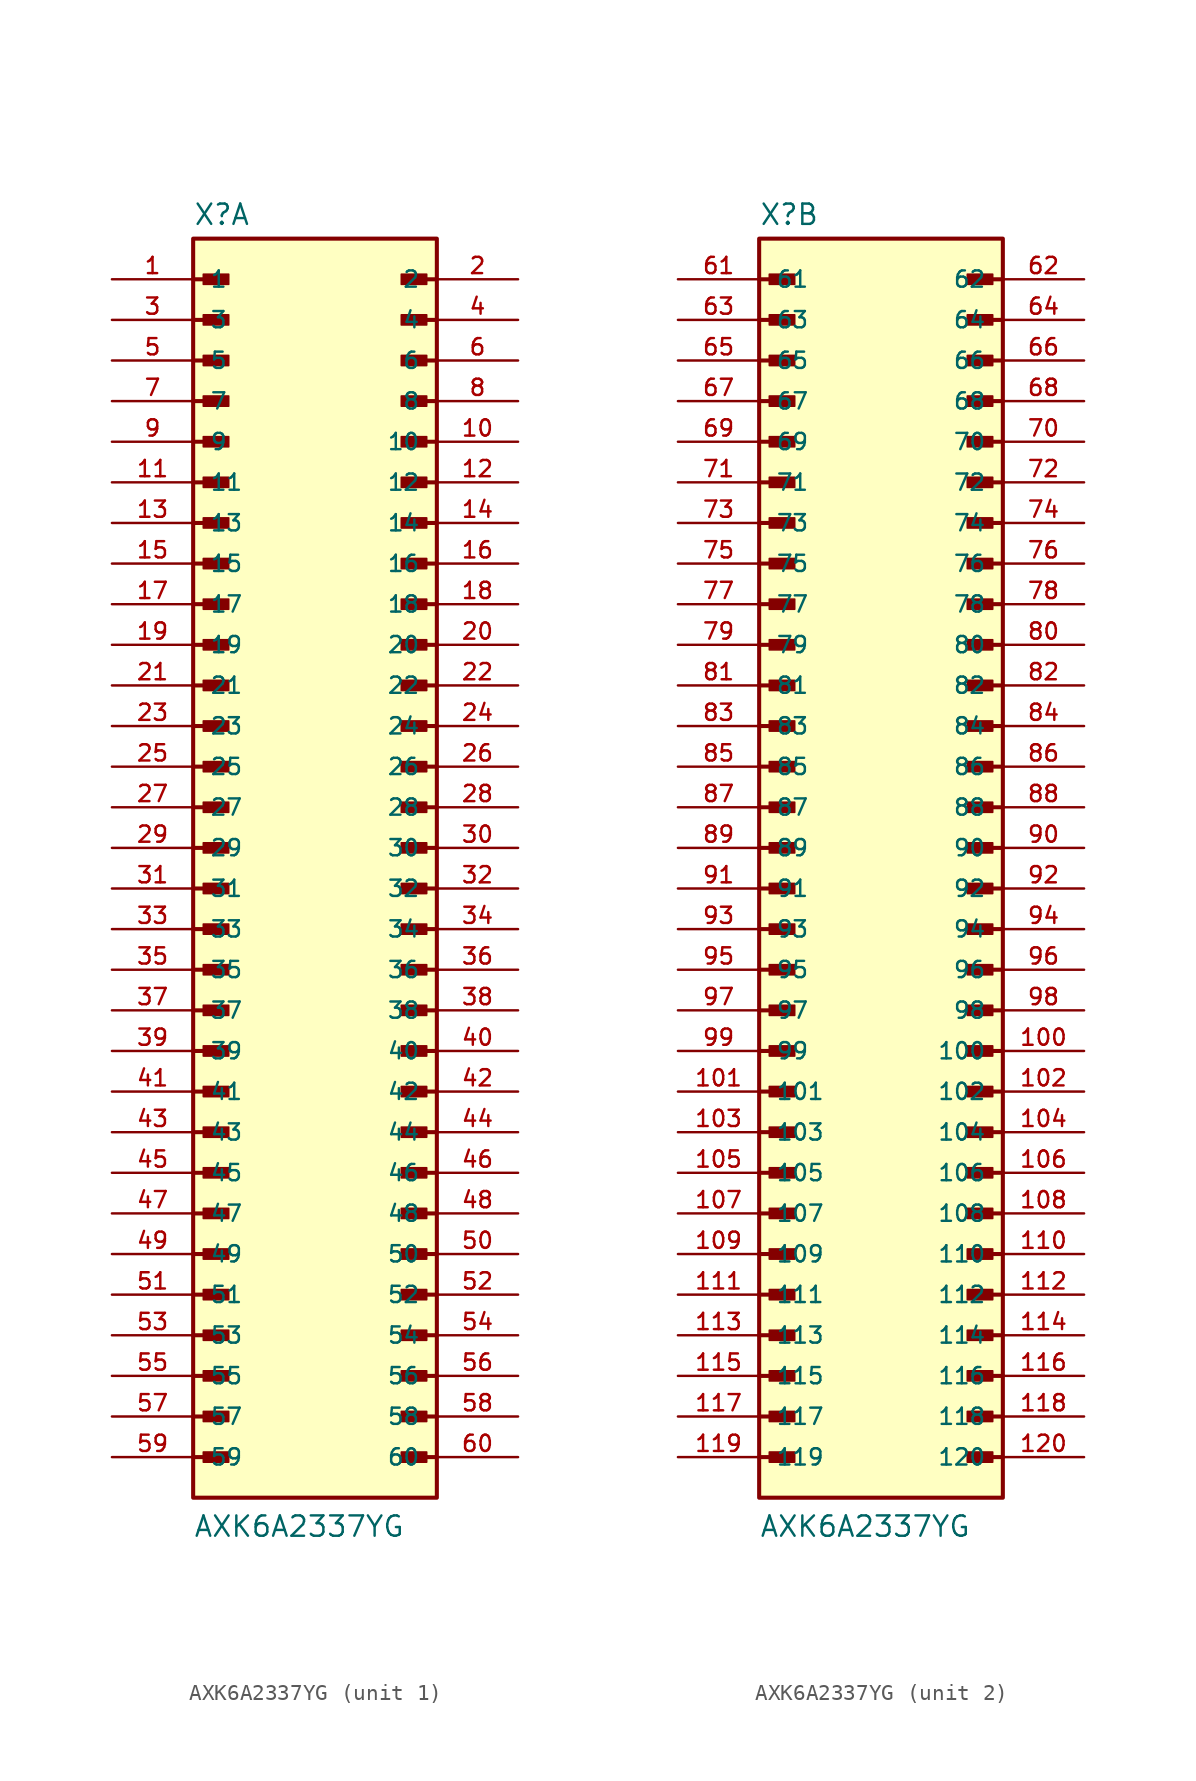
<source format=kicad_sym>
(kicad_symbol_lib
  (version 20241209)
  (generator "kicad_symbol_editor")
  (generator_version "9.0")
  (symbol "AXK6A2337YG"
    (pin_names
      (offset 1.016))
    (property "Reference" "X"
      (at -7.62 38.862 0)
      (effects (font (size 1.27 1.27)) (justify left bottom)))
    (property "Value" "AXK6A2337YG"
      (at -7.62 -43.18 0)
      (effects (font (size 1.27 1.27)) (justify left bottom)))
    (symbol "AXK6A2337YG_1_0"
      (polyline (pts (xy -7.62 35.56) (xy -5.715 35.56)) (stroke (width 0.254) (type default)) (fill (type none)))
      (polyline (pts (xy -7.62 33.02) (xy -5.715 33.02)) (stroke (width 0.254) (type default)) (fill (type none)))
      (polyline (pts (xy -7.62 30.48) (xy -5.715 30.48)) (stroke (width 0.254) (type default)) (fill (type none)))
      (polyline (pts (xy -7.62 27.94) (xy -5.715 27.94)) (stroke (width 0.254) (type default)) (fill (type none)))
      (polyline (pts (xy -7.62 25.4) (xy -5.715 25.4)) (stroke (width 0.254) (type default)) (fill (type none)))
      (polyline (pts (xy -7.62 22.86) (xy -5.715 22.86)) (stroke (width 0.254) (type default)) (fill (type none)))
      (polyline (pts (xy -7.62 20.32) (xy -5.715 20.32)) (stroke (width 0.254) (type default)) (fill (type none)))
      (polyline (pts (xy -7.62 17.78) (xy -5.715 17.78)) (stroke (width 0.254) (type default)) (fill (type none)))
      (polyline (pts (xy -7.62 15.24) (xy -5.715 15.24)) (stroke (width 0.254) (type default)) (fill (type none)))
      (polyline (pts (xy -7.62 12.7) (xy -5.715 12.7)) (stroke (width 0.254) (type default)) (fill (type none)))
      (polyline (pts (xy -7.62 10.16) (xy -5.715 10.16)) (stroke (width 0.254) (type default)) (fill (type none)))
      (polyline (pts (xy -7.62 7.62) (xy -5.715 7.62)) (stroke (width 0.254) (type default)) (fill (type none)))
      (polyline (pts (xy -7.62 5.08) (xy -5.715 5.08)) (stroke (width 0.254) (type default)) (fill (type none)))
      (polyline (pts (xy -7.62 2.54) (xy -5.715 2.54)) (stroke (width 0.254) (type default)) (fill (type none)))
      (polyline (pts (xy -7.62 0) (xy -5.715 0)) (stroke (width 0.254) (type default)) (fill (type none)))
      (polyline (pts (xy -7.62 -2.54) (xy -5.715 -2.54)) (stroke (width 0.254) (type default)) (fill (type none)))
      (polyline (pts (xy -7.62 -5.08) (xy -5.715 -5.08)) (stroke (width 0.254) (type default)) (fill (type none)))
      (polyline (pts (xy -7.62 -7.62) (xy -5.715 -7.62)) (stroke (width 0.254) (type default)) (fill (type none)))
      (polyline (pts (xy -7.62 -10.16) (xy -5.715 -10.16)) (stroke (width 0.254) (type default)) (fill (type none)))
      (polyline (pts (xy -7.62 -12.7) (xy -5.715 -12.7)) (stroke (width 0.254) (type default)) (fill (type none)))
      (polyline (pts (xy -7.62 -15.24) (xy -5.715 -15.24)) (stroke (width 0.254) (type default)) (fill (type none)))
      (polyline (pts (xy -7.62 -17.78) (xy -5.715 -17.78)) (stroke (width 0.254) (type default)) (fill (type none)))
      (polyline (pts (xy -7.62 -20.32) (xy -5.715 -20.32)) (stroke (width 0.254) (type default)) (fill (type none)))
      (polyline (pts (xy -7.62 -22.86) (xy -5.715 -22.86)) (stroke (width 0.254) (type default)) (fill (type none)))
      (polyline (pts (xy -7.62 -25.4) (xy -5.715 -25.4)) (stroke (width 0.254) (type default)) (fill (type none)))
      (polyline (pts (xy -7.62 -27.94) (xy -5.715 -27.94)) (stroke (width 0.254) (type default)) (fill (type none)))
      (polyline (pts (xy -7.62 -30.48) (xy -5.715 -30.48)) (stroke (width 0.254) (type default)) (fill (type none)))
      (polyline (pts (xy -7.62 -33.02) (xy -5.715 -33.02)) (stroke (width 0.254) (type default)) (fill (type none)))
      (polyline (pts (xy -7.62 -35.56) (xy -5.715 -35.56)) (stroke (width 0.254) (type default)) (fill (type none)))
      (polyline (pts (xy -7.62 -38.1) (xy -5.715 -38.1)) (stroke (width 0.254) (type default)) (fill (type none)))
      (rectangle (start -7.62 -40.64) (end 7.62 38.1) (stroke (width 0.254) (type default)) (fill (type background)))
      (rectangle (start -6.985 35.242) (end -5.397 35.877) (stroke (width 0.1) (type default)) (fill (type outline)))
      (rectangle (start -6.985 32.703) (end -5.397 33.337) (stroke (width 0.1) (type default)) (fill (type outline)))
      (rectangle (start -6.985 30.163) (end -5.397 30.797) (stroke (width 0.1) (type default)) (fill (type outline)))
      (rectangle (start -6.985 27.622) (end -5.397 28.258) (stroke (width 0.1) (type default)) (fill (type outline)))
      (rectangle (start -6.985 25.082) (end -5.397 25.718) (stroke (width 0.1) (type default)) (fill (type outline)))
      (rectangle (start -6.985 22.543) (end -5.397 23.177) (stroke (width 0.1) (type default)) (fill (type outline)))
      (rectangle (start -6.985 20.003) (end -5.397 20.637) (stroke (width 0.1) (type default)) (fill (type outline)))
      (rectangle (start -6.985 17.462) (end -5.397 18.098) (stroke (width 0.1) (type default)) (fill (type outline)))
      (rectangle (start -6.985 14.922) (end -5.397 15.557) (stroke (width 0.1) (type default)) (fill (type outline)))
      (rectangle (start -6.985 12.383) (end -5.397 13.018) (stroke (width 0.1) (type default)) (fill (type outline)))
      (rectangle (start -6.985 9.842) (end -5.397 10.477) (stroke (width 0.1) (type default)) (fill (type outline)))
      (rectangle (start -6.985 7.303) (end -5.397 7.938) (stroke (width 0.1) (type default)) (fill (type outline)))
      (rectangle (start -6.985 4.763) (end -5.397 5.397) (stroke (width 0.1) (type default)) (fill (type outline)))
      (rectangle (start -6.985 2.223) (end -5.397 2.857) (stroke (width 0.1) (type default)) (fill (type outline)))
      (rectangle (start -6.985 -0.318) (end -5.397 0.318) (stroke (width 0.1) (type default)) (fill (type outline)))
      (rectangle (start -6.985 -2.857) (end -5.397 -2.223) (stroke (width 0.1) (type default)) (fill (type outline)))
      (rectangle (start -6.985 -5.397) (end -5.397 -4.763) (stroke (width 0.1) (type default)) (fill (type outline)))
      (rectangle (start -6.985 -7.938) (end -5.397 -7.303) (stroke (width 0.1) (type default)) (fill (type outline)))
      (rectangle (start -6.985 -10.477) (end -5.397 -9.842) (stroke (width 0.1) (type default)) (fill (type outline)))
      (rectangle (start -6.985 -13.018) (end -5.397 -12.383) (stroke (width 0.1) (type default)) (fill (type outline)))
      (rectangle (start -6.985 -15.557) (end -5.397 -14.922) (stroke (width 0.1) (type default)) (fill (type outline)))
      (rectangle (start -6.985 -18.098) (end -5.397 -17.462) (stroke (width 0.1) (type default)) (fill (type outline)))
      (rectangle (start -6.985 -20.637) (end -5.397 -20.003) (stroke (width 0.1) (type default)) (fill (type outline)))
      (rectangle (start -6.985 -23.177) (end -5.397 -22.543) (stroke (width 0.1) (type default)) (fill (type outline)))
      (rectangle (start -6.985 -25.718) (end -5.397 -25.082) (stroke (width 0.1) (type default)) (fill (type outline)))
      (rectangle (start -6.985 -28.258) (end -5.397 -27.622) (stroke (width 0.1) (type default)) (fill (type outline)))
      (rectangle (start -6.985 -30.797) (end -5.397 -30.163) (stroke (width 0.1) (type default)) (fill (type outline)))
      (rectangle (start -6.985 -33.337) (end -5.397 -32.703) (stroke (width 0.1) (type default)) (fill (type outline)))
      (rectangle (start -6.985 -35.877) (end -5.397 -35.242) (stroke (width 0.1) (type default)) (fill (type outline)))
      (rectangle (start -6.985 -38.417) (end -5.397 -37.782) (stroke (width 0.1) (type default)) (fill (type outline)))
      (rectangle (start 5.397 35.242) (end 6.985 35.877) (stroke (width 0.1) (type default)) (fill (type outline)))
      (rectangle (start 5.397 32.703) (end 6.985 33.337) (stroke (width 0.1) (type default)) (fill (type outline)))
      (rectangle (start 5.397 30.163) (end 6.985 30.797) (stroke (width 0.1) (type default)) (fill (type outline)))
      (rectangle (start 5.397 27.622) (end 6.985 28.258) (stroke (width 0.1) (type default)) (fill (type outline)))
      (rectangle (start 5.397 25.082) (end 6.985 25.718) (stroke (width 0.1) (type default)) (fill (type outline)))
      (rectangle (start 5.397 22.543) (end 6.985 23.177) (stroke (width 0.1) (type default)) (fill (type outline)))
      (rectangle (start 5.397 20.003) (end 6.985 20.637) (stroke (width 0.1) (type default)) (fill (type outline)))
      (rectangle (start 5.397 17.462) (end 6.985 18.098) (stroke (width 0.1) (type default)) (fill (type outline)))
      (rectangle (start 5.397 14.922) (end 6.985 15.557) (stroke (width 0.1) (type default)) (fill (type outline)))
      (rectangle (start 5.397 12.383) (end 6.985 13.018) (stroke (width 0.1) (type default)) (fill (type outline)))
      (rectangle (start 5.397 9.842) (end 6.985 10.477) (stroke (width 0.1) (type default)) (fill (type outline)))
      (rectangle (start 5.397 7.303) (end 6.985 7.938) (stroke (width 0.1) (type default)) (fill (type outline)))
      (rectangle (start 5.397 4.763) (end 6.985 5.397) (stroke (width 0.1) (type default)) (fill (type outline)))
      (rectangle (start 5.397 2.223) (end 6.985 2.857) (stroke (width 0.1) (type default)) (fill (type outline)))
      (rectangle (start 5.397 -0.318) (end 6.985 0.318) (stroke (width 0.1) (type default)) (fill (type outline)))
      (rectangle (start 5.397 -2.857) (end 6.985 -2.223) (stroke (width 0.1) (type default)) (fill (type outline)))
      (rectangle (start 5.397 -5.397) (end 6.985 -4.763) (stroke (width 0.1) (type default)) (fill (type outline)))
      (rectangle (start 5.397 -7.938) (end 6.985 -7.303) (stroke (width 0.1) (type default)) (fill (type outline)))
      (rectangle (start 5.397 -10.477) (end 6.985 -9.842) (stroke (width 0.1) (type default)) (fill (type outline)))
      (rectangle (start 5.397 -13.018) (end 6.985 -12.383) (stroke (width 0.1) (type default)) (fill (type outline)))
      (rectangle (start 5.397 -15.557) (end 6.985 -14.922) (stroke (width 0.1) (type default)) (fill (type outline)))
      (rectangle (start 5.397 -18.098) (end 6.985 -17.462) (stroke (width 0.1) (type default)) (fill (type outline)))
      (rectangle (start 5.397 -20.637) (end 6.985 -20.003) (stroke (width 0.1) (type default)) (fill (type outline)))
      (rectangle (start 5.397 -23.177) (end 6.985 -22.543) (stroke (width 0.1) (type default)) (fill (type outline)))
      (rectangle (start 5.397 -25.718) (end 6.985 -25.082) (stroke (width 0.1) (type default)) (fill (type outline)))
      (rectangle (start 5.397 -28.258) (end 6.985 -27.622) (stroke (width 0.1) (type default)) (fill (type outline)))
      (rectangle (start 5.397 -30.797) (end 6.985 -30.163) (stroke (width 0.1) (type default)) (fill (type outline)))
      (rectangle (start 5.397 -33.337) (end 6.985 -32.703) (stroke (width 0.1) (type default)) (fill (type outline)))
      (rectangle (start 5.397 -35.877) (end 6.985 -35.242) (stroke (width 0.1) (type default)) (fill (type outline)))
      (rectangle (start 5.397 -38.417) (end 6.985 -37.782) (stroke (width 0.1) (type default)) (fill (type outline)))
      (polyline (pts (xy 7.62 35.56) (xy 5.715 35.56)) (stroke (width 0.254) (type default)) (fill (type none)))
      (polyline (pts (xy 7.62 33.02) (xy 5.715 33.02)) (stroke (width 0.254) (type default)) (fill (type none)))
      (polyline (pts (xy 7.62 30.48) (xy 5.715 30.48)) (stroke (width 0.254) (type default)) (fill (type none)))
      (polyline (pts (xy 7.62 27.94) (xy 5.715 27.94)) (stroke (width 0.254) (type default)) (fill (type none)))
      (polyline (pts (xy 7.62 25.4) (xy 5.715 25.4)) (stroke (width 0.254) (type default)) (fill (type none)))
      (polyline (pts (xy 7.62 22.86) (xy 5.715 22.86)) (stroke (width 0.254) (type default)) (fill (type none)))
      (polyline (pts (xy 7.62 20.32) (xy 5.715 20.32)) (stroke (width 0.254) (type default)) (fill (type none)))
      (polyline (pts (xy 7.62 17.78) (xy 5.715 17.78)) (stroke (width 0.254) (type default)) (fill (type none)))
      (polyline (pts (xy 7.62 15.24) (xy 5.715 15.24)) (stroke (width 0.254) (type default)) (fill (type none)))
      (polyline (pts (xy 7.62 12.7) (xy 5.715 12.7)) (stroke (width 0.254) (type default)) (fill (type none)))
      (polyline (pts (xy 7.62 10.16) (xy 5.715 10.16)) (stroke (width 0.254) (type default)) (fill (type none)))
      (polyline (pts (xy 7.62 7.62) (xy 5.715 7.62)) (stroke (width 0.254) (type default)) (fill (type none)))
      (polyline (pts (xy 7.62 5.08) (xy 5.715 5.08)) (stroke (width 0.254) (type default)) (fill (type none)))
      (polyline (pts (xy 7.62 2.54) (xy 5.715 2.54)) (stroke (width 0.254) (type default)) (fill (type none)))
      (polyline (pts (xy 7.62 0) (xy 5.715 0)) (stroke (width 0.254) (type default)) (fill (type none)))
      (polyline (pts (xy 7.62 -2.54) (xy 5.715 -2.54)) (stroke (width 0.254) (type default)) (fill (type none)))
      (polyline (pts (xy 7.62 -5.08) (xy 5.715 -5.08)) (stroke (width 0.254) (type default)) (fill (type none)))
      (polyline (pts (xy 7.62 -7.62) (xy 5.715 -7.62)) (stroke (width 0.254) (type default)) (fill (type none)))
      (polyline (pts (xy 7.62 -10.16) (xy 5.715 -10.16)) (stroke (width 0.254) (type default)) (fill (type none)))
      (polyline (pts (xy 7.62 -12.7) (xy 5.715 -12.7)) (stroke (width 0.254) (type default)) (fill (type none)))
      (polyline (pts (xy 7.62 -15.24) (xy 5.715 -15.24)) (stroke (width 0.254) (type default)) (fill (type none)))
      (polyline (pts (xy 7.62 -17.78) (xy 5.715 -17.78)) (stroke (width 0.254) (type default)) (fill (type none)))
      (polyline (pts (xy 7.62 -20.32) (xy 5.715 -20.32)) (stroke (width 0.254) (type default)) (fill (type none)))
      (polyline (pts (xy 7.62 -22.86) (xy 5.715 -22.86)) (stroke (width 0.254) (type default)) (fill (type none)))
      (polyline (pts (xy 7.62 -25.4) (xy 5.715 -25.4)) (stroke (width 0.254) (type default)) (fill (type none)))
      (polyline (pts (xy 7.62 -27.94) (xy 5.715 -27.94)) (stroke (width 0.254) (type default)) (fill (type none)))
      (polyline (pts (xy 7.62 -30.48) (xy 5.715 -30.48)) (stroke (width 0.254) (type default)) (fill (type none)))
      (polyline (pts (xy 7.62 -33.02) (xy 5.715 -33.02)) (stroke (width 0.254) (type default)) (fill (type none)))
      (polyline (pts (xy 7.62 -35.56) (xy 5.715 -35.56)) (stroke (width 0.254) (type default)) (fill (type none)))
      (polyline (pts (xy 7.62 -38.1) (xy 5.715 -38.1)) (stroke (width 0.254) (type default)) (fill (type none)))
      (pin passive line (at -12.7 35.56 0) (length 5.08) (name "1" (effects (font (size 1.016 1.016)))) (number "1" (effects (font (size 1.016 1.016)))))
      (pin passive line (at -12.7 33.02 0) (length 5.08) (name "3" (effects (font (size 1.016 1.016)))) (number "3" (effects (font (size 1.016 1.016)))))
      (pin passive line (at -12.7 30.48 0) (length 5.08) (name "5" (effects (font (size 1.016 1.016)))) (number "5" (effects (font (size 1.016 1.016)))))
      (pin passive line (at -12.7 27.94 0) (length 5.08) (name "7" (effects (font (size 1.016 1.016)))) (number "7" (effects (font (size 1.016 1.016)))))
      (pin passive line (at -12.7 25.4 0) (length 5.08) (name "9" (effects (font (size 1.016 1.016)))) (number "9" (effects (font (size 1.016 1.016)))))
      (pin passive line (at -12.7 22.86 0) (length 5.08) (name "11" (effects (font (size 1.016 1.016)))) (number "11" (effects (font (size 1.016 1.016)))))
      (pin passive line (at -12.7 20.32 0) (length 5.08) (name "13" (effects (font (size 1.016 1.016)))) (number "13" (effects (font (size 1.016 1.016)))))
      (pin passive line (at -12.7 17.78 0) (length 5.08) (name "15" (effects (font (size 1.016 1.016)))) (number "15" (effects (font (size 1.016 1.016)))))
      (pin passive line (at -12.7 15.24 0) (length 5.08) (name "17" (effects (font (size 1.016 1.016)))) (number "17" (effects (font (size 1.016 1.016)))))
      (pin passive line (at -12.7 12.7 0) (length 5.08) (name "19" (effects (font (size 1.016 1.016)))) (number "19" (effects (font (size 1.016 1.016)))))
      (pin passive line (at -12.7 10.16 0) (length 5.08) (name "21" (effects (font (size 1.016 1.016)))) (number "21" (effects (font (size 1.016 1.016)))))
      (pin passive line (at -12.7 7.62 0) (length 5.08) (name "23" (effects (font (size 1.016 1.016)))) (number "23" (effects (font (size 1.016 1.016)))))
      (pin passive line (at -12.7 5.08 0) (length 5.08) (name "25" (effects (font (size 1.016 1.016)))) (number "25" (effects (font (size 1.016 1.016)))))
      (pin passive line (at -12.7 2.54 0) (length 5.08) (name "27" (effects (font (size 1.016 1.016)))) (number "27" (effects (font (size 1.016 1.016)))))
      (pin passive line (at -12.7 0 0) (length 5.08) (name "29" (effects (font (size 1.016 1.016)))) (number "29" (effects (font (size 1.016 1.016)))))
      (pin passive line (at -12.7 -2.54 0) (length 5.08) (name "31" (effects (font (size 1.016 1.016)))) (number "31" (effects (font (size 1.016 1.016)))))
      (pin passive line (at -12.7 -5.08 0) (length 5.08) (name "33" (effects (font (size 1.016 1.016)))) (number "33" (effects (font (size 1.016 1.016)))))
      (pin passive line (at -12.7 -7.62 0) (length 5.08) (name "35" (effects (font (size 1.016 1.016)))) (number "35" (effects (font (size 1.016 1.016)))))
      (pin passive line (at -12.7 -10.16 0) (length 5.08) (name "37" (effects (font (size 1.016 1.016)))) (number "37" (effects (font (size 1.016 1.016)))))
      (pin passive line (at -12.7 -12.7 0) (length 5.08) (name "39" (effects (font (size 1.016 1.016)))) (number "39" (effects (font (size 1.016 1.016)))))
      (pin passive line (at -12.7 -15.24 0) (length 5.08) (name "41" (effects (font (size 1.016 1.016)))) (number "41" (effects (font (size 1.016 1.016)))))
      (pin passive line (at -12.7 -17.78 0) (length 5.08) (name "43" (effects (font (size 1.016 1.016)))) (number "43" (effects (font (size 1.016 1.016)))))
      (pin passive line (at -12.7 -20.32 0) (length 5.08) (name "45" (effects (font (size 1.016 1.016)))) (number "45" (effects (font (size 1.016 1.016)))))
      (pin passive line (at -12.7 -22.86 0) (length 5.08) (name "47" (effects (font (size 1.016 1.016)))) (number "47" (effects (font (size 1.016 1.016)))))
      (pin passive line (at -12.7 -25.4 0) (length 5.08) (name "49" (effects (font (size 1.016 1.016)))) (number "49" (effects (font (size 1.016 1.016)))))
      (pin passive line (at -12.7 -27.94 0) (length 5.08) (name "51" (effects (font (size 1.016 1.016)))) (number "51" (effects (font (size 1.016 1.016)))))
      (pin passive line (at -12.7 -30.48 0) (length 5.08) (name "53" (effects (font (size 1.016 1.016)))) (number "53" (effects (font (size 1.016 1.016)))))
      (pin passive line (at -12.7 -33.02 0) (length 5.08) (name "55" (effects (font (size 1.016 1.016)))) (number "55" (effects (font (size 1.016 1.016)))))
      (pin passive line (at -12.7 -35.56 0) (length 5.08) (name "57" (effects (font (size 1.016 1.016)))) (number "57" (effects (font (size 1.016 1.016)))))
      (pin passive line (at -12.7 -38.1 0) (length 5.08) (name "59" (effects (font (size 1.016 1.016)))) (number "59" (effects (font (size 1.016 1.016)))))
      (pin passive line (at 12.7 35.56 180) (length 5.08) (name "2" (effects (font (size 1.016 1.016)))) (number "2" (effects (font (size 1.016 1.016)))))
      (pin passive line (at 12.7 33.02 180) (length 5.08) (name "4" (effects (font (size 1.016 1.016)))) (number "4" (effects (font (size 1.016 1.016)))))
      (pin passive line (at 12.7 30.48 180) (length 5.08) (name "6" (effects (font (size 1.016 1.016)))) (number "6" (effects (font (size 1.016 1.016)))))
      (pin passive line (at 12.7 27.94 180) (length 5.08) (name "8" (effects (font (size 1.016 1.016)))) (number "8" (effects (font (size 1.016 1.016)))))
      (pin passive line (at 12.7 25.4 180) (length 5.08) (name "10" (effects (font (size 1.016 1.016)))) (number "10" (effects (font (size 1.016 1.016)))))
      (pin passive line (at 12.7 22.86 180) (length 5.08) (name "12" (effects (font (size 1.016 1.016)))) (number "12" (effects (font (size 1.016 1.016)))))
      (pin passive line (at 12.7 20.32 180) (length 5.08) (name "14" (effects (font (size 1.016 1.016)))) (number "14" (effects (font (size 1.016 1.016)))))
      (pin passive line (at 12.7 17.78 180) (length 5.08) (name "16" (effects (font (size 1.016 1.016)))) (number "16" (effects (font (size 1.016 1.016)))))
      (pin passive line (at 12.7 15.24 180) (length 5.08) (name "18" (effects (font (size 1.016 1.016)))) (number "18" (effects (font (size 1.016 1.016)))))
      (pin passive line (at 12.7 12.7 180) (length 5.08) (name "20" (effects (font (size 1.016 1.016)))) (number "20" (effects (font (size 1.016 1.016)))))
      (pin passive line (at 12.7 10.16 180) (length 5.08) (name "22" (effects (font (size 1.016 1.016)))) (number "22" (effects (font (size 1.016 1.016)))))
      (pin passive line (at 12.7 7.62 180) (length 5.08) (name "24" (effects (font (size 1.016 1.016)))) (number "24" (effects (font (size 1.016 1.016)))))
      (pin passive line (at 12.7 5.08 180) (length 5.08) (name "26" (effects (font (size 1.016 1.016)))) (number "26" (effects (font (size 1.016 1.016)))))
      (pin passive line (at 12.7 2.54 180) (length 5.08) (name "28" (effects (font (size 1.016 1.016)))) (number "28" (effects (font (size 1.016 1.016)))))
      (pin passive line (at 12.7 0 180) (length 5.08) (name "30" (effects (font (size 1.016 1.016)))) (number "30" (effects (font (size 1.016 1.016)))))
      (pin passive line (at 12.7 -2.54 180) (length 5.08) (name "32" (effects (font (size 1.016 1.016)))) (number "32" (effects (font (size 1.016 1.016)))))
      (pin passive line (at 12.7 -5.08 180) (length 5.08) (name "34" (effects (font (size 1.016 1.016)))) (number "34" (effects (font (size 1.016 1.016)))))
      (pin passive line (at 12.7 -7.62 180) (length 5.08) (name "36" (effects (font (size 1.016 1.016)))) (number "36" (effects (font (size 1.016 1.016)))))
      (pin passive line (at 12.7 -10.16 180) (length 5.08) (name "38" (effects (font (size 1.016 1.016)))) (number "38" (effects (font (size 1.016 1.016)))))
      (pin passive line (at 12.7 -12.7 180) (length 5.08) (name "40" (effects (font (size 1.016 1.016)))) (number "40" (effects (font (size 1.016 1.016)))))
      (pin passive line (at 12.7 -15.24 180) (length 5.08) (name "42" (effects (font (size 1.016 1.016)))) (number "42" (effects (font (size 1.016 1.016)))))
      (pin passive line (at 12.7 -17.78 180) (length 5.08) (name "44" (effects (font (size 1.016 1.016)))) (number "44" (effects (font (size 1.016 1.016)))))
      (pin passive line (at 12.7 -20.32 180) (length 5.08) (name "46" (effects (font (size 1.016 1.016)))) (number "46" (effects (font (size 1.016 1.016)))))
      (pin passive line (at 12.7 -22.86 180) (length 5.08) (name "48" (effects (font (size 1.016 1.016)))) (number "48" (effects (font (size 1.016 1.016)))))
      (pin passive line (at 12.7 -25.4 180) (length 5.08) (name "50" (effects (font (size 1.016 1.016)))) (number "50" (effects (font (size 1.016 1.016)))))
      (pin passive line (at 12.7 -27.94 180) (length 5.08) (name "52" (effects (font (size 1.016 1.016)))) (number "52" (effects (font (size 1.016 1.016)))))
      (pin passive line (at 12.7 -30.48 180) (length 5.08) (name "54" (effects (font (size 1.016 1.016)))) (number "54" (effects (font (size 1.016 1.016)))))
      (pin passive line (at 12.7 -33.02 180) (length 5.08) (name "56" (effects (font (size 1.016 1.016)))) (number "56" (effects (font (size 1.016 1.016)))))
      (pin passive line (at 12.7 -35.56 180) (length 5.08) (name "58" (effects (font (size 1.016 1.016)))) (number "58" (effects (font (size 1.016 1.016)))))
      (pin passive line (at 12.7 -38.1 180) (length 5.08) (name "60" (effects (font (size 1.016 1.016)))) (number "60" (effects (font (size 1.016 1.016))))))
    (symbol "AXK6A2337YG_2_0"
      (polyline (pts (xy -7.62 35.56) (xy -5.715 35.56)) (stroke (width 0.254) (type default)) (fill (type none)))
      (polyline (pts (xy -7.62 33.02) (xy -5.715 33.02)) (stroke (width 0.254) (type default)) (fill (type none)))
      (polyline (pts (xy -7.62 30.48) (xy -5.715 30.48)) (stroke (width 0.254) (type default)) (fill (type none)))
      (polyline (pts (xy -7.62 27.94) (xy -5.715 27.94)) (stroke (width 0.254) (type default)) (fill (type none)))
      (polyline (pts (xy -7.62 25.4) (xy -5.715 25.4)) (stroke (width 0.254) (type default)) (fill (type none)))
      (polyline (pts (xy -7.62 22.86) (xy -5.715 22.86)) (stroke (width 0.254) (type default)) (fill (type none)))
      (polyline (pts (xy -7.62 20.32) (xy -5.715 20.32)) (stroke (width 0.254) (type default)) (fill (type none)))
      (polyline (pts (xy -7.62 17.78) (xy -5.715 17.78)) (stroke (width 0.254) (type default)) (fill (type none)))
      (polyline (pts (xy -7.62 15.24) (xy -5.715 15.24)) (stroke (width 0.254) (type default)) (fill (type none)))
      (polyline (pts (xy -7.62 12.7) (xy -5.715 12.7)) (stroke (width 0.254) (type default)) (fill (type none)))
      (polyline (pts (xy -7.62 10.16) (xy -5.715 10.16)) (stroke (width 0.254) (type default)) (fill (type none)))
      (polyline (pts (xy -7.62 7.62) (xy -5.715 7.62)) (stroke (width 0.254) (type default)) (fill (type none)))
      (polyline (pts (xy -7.62 5.08) (xy -5.715 5.08)) (stroke (width 0.254) (type default)) (fill (type none)))
      (polyline (pts (xy -7.62 2.54) (xy -5.715 2.54)) (stroke (width 0.254) (type default)) (fill (type none)))
      (polyline (pts (xy -7.62 0) (xy -5.715 0)) (stroke (width 0.254) (type default)) (fill (type none)))
      (polyline (pts (xy -7.62 -2.54) (xy -5.715 -2.54)) (stroke (width 0.254) (type default)) (fill (type none)))
      (polyline (pts (xy -7.62 -5.08) (xy -5.715 -5.08)) (stroke (width 0.254) (type default)) (fill (type none)))
      (polyline (pts (xy -7.62 -7.62) (xy -5.715 -7.62)) (stroke (width 0.254) (type default)) (fill (type none)))
      (polyline (pts (xy -7.62 -10.16) (xy -5.715 -10.16)) (stroke (width 0.254) (type default)) (fill (type none)))
      (polyline (pts (xy -7.62 -12.7) (xy -5.715 -12.7)) (stroke (width 0.254) (type default)) (fill (type none)))
      (polyline (pts (xy -7.62 -15.24) (xy -5.715 -15.24)) (stroke (width 0.254) (type default)) (fill (type none)))
      (polyline (pts (xy -7.62 -17.78) (xy -5.715 -17.78)) (stroke (width 0.254) (type default)) (fill (type none)))
      (polyline (pts (xy -7.62 -20.32) (xy -5.715 -20.32)) (stroke (width 0.254) (type default)) (fill (type none)))
      (polyline (pts (xy -7.62 -22.86) (xy -5.715 -22.86)) (stroke (width 0.254) (type default)) (fill (type none)))
      (polyline (pts (xy -7.62 -25.4) (xy -5.715 -25.4)) (stroke (width 0.254) (type default)) (fill (type none)))
      (polyline (pts (xy -7.62 -27.94) (xy -5.715 -27.94)) (stroke (width 0.254) (type default)) (fill (type none)))
      (polyline (pts (xy -7.62 -30.48) (xy -5.715 -30.48)) (stroke (width 0.254) (type default)) (fill (type none)))
      (polyline (pts (xy -7.62 -33.02) (xy -5.715 -33.02)) (stroke (width 0.254) (type default)) (fill (type none)))
      (polyline (pts (xy -7.62 -35.56) (xy -5.715 -35.56)) (stroke (width 0.254) (type default)) (fill (type none)))
      (polyline (pts (xy -7.62 -38.1) (xy -5.715 -38.1)) (stroke (width 0.254) (type default)) (fill (type none)))
      (rectangle (start -7.62 -40.64) (end 7.62 38.1) (stroke (width 0.254) (type default)) (fill (type background)))
      (rectangle (start -6.985 35.242) (end -5.397 35.877) (stroke (width 0.1) (type default)) (fill (type outline)))
      (rectangle (start -6.985 32.703) (end -5.397 33.337) (stroke (width 0.1) (type default)) (fill (type outline)))
      (rectangle (start -6.985 30.163) (end -5.397 30.797) (stroke (width 0.1) (type default)) (fill (type outline)))
      (rectangle (start -6.985 27.622) (end -5.397 28.258) (stroke (width 0.1) (type default)) (fill (type outline)))
      (rectangle (start -6.985 25.082) (end -5.397 25.718) (stroke (width 0.1) (type default)) (fill (type outline)))
      (rectangle (start -6.985 22.543) (end -5.397 23.177) (stroke (width 0.1) (type default)) (fill (type outline)))
      (rectangle (start -6.985 20.003) (end -5.397 20.637) (stroke (width 0.1) (type default)) (fill (type outline)))
      (rectangle (start -6.985 17.462) (end -5.397 18.098) (stroke (width 0.1) (type default)) (fill (type outline)))
      (rectangle (start -6.985 14.922) (end -5.397 15.557) (stroke (width 0.1) (type default)) (fill (type outline)))
      (rectangle (start -6.985 12.383) (end -5.397 13.018) (stroke (width 0.1) (type default)) (fill (type outline)))
      (rectangle (start -6.985 9.842) (end -5.397 10.477) (stroke (width 0.1) (type default)) (fill (type outline)))
      (rectangle (start -6.985 7.303) (end -5.397 7.938) (stroke (width 0.1) (type default)) (fill (type outline)))
      (rectangle (start -6.985 4.763) (end -5.397 5.397) (stroke (width 0.1) (type default)) (fill (type outline)))
      (rectangle (start -6.985 2.223) (end -5.397 2.857) (stroke (width 0.1) (type default)) (fill (type outline)))
      (rectangle (start -6.985 -0.318) (end -5.397 0.318) (stroke (width 0.1) (type default)) (fill (type outline)))
      (rectangle (start -6.985 -2.857) (end -5.397 -2.223) (stroke (width 0.1) (type default)) (fill (type outline)))
      (rectangle (start -6.985 -5.397) (end -5.397 -4.763) (stroke (width 0.1) (type default)) (fill (type outline)))
      (rectangle (start -6.985 -7.938) (end -5.397 -7.303) (stroke (width 0.1) (type default)) (fill (type outline)))
      (rectangle (start -6.985 -10.477) (end -5.397 -9.842) (stroke (width 0.1) (type default)) (fill (type outline)))
      (rectangle (start -6.985 -13.018) (end -5.397 -12.383) (stroke (width 0.1) (type default)) (fill (type outline)))
      (rectangle (start -6.985 -15.557) (end -5.397 -14.922) (stroke (width 0.1) (type default)) (fill (type outline)))
      (rectangle (start -6.985 -18.098) (end -5.397 -17.462) (stroke (width 0.1) (type default)) (fill (type outline)))
      (rectangle (start -6.985 -20.637) (end -5.397 -20.003) (stroke (width 0.1) (type default)) (fill (type outline)))
      (rectangle (start -6.985 -23.177) (end -5.397 -22.543) (stroke (width 0.1) (type default)) (fill (type outline)))
      (rectangle (start -6.985 -25.718) (end -5.397 -25.082) (stroke (width 0.1) (type default)) (fill (type outline)))
      (rectangle (start -6.985 -28.258) (end -5.397 -27.622) (stroke (width 0.1) (type default)) (fill (type outline)))
      (rectangle (start -6.985 -30.797) (end -5.397 -30.163) (stroke (width 0.1) (type default)) (fill (type outline)))
      (rectangle (start -6.985 -33.337) (end -5.397 -32.703) (stroke (width 0.1) (type default)) (fill (type outline)))
      (rectangle (start -6.985 -35.877) (end -5.397 -35.242) (stroke (width 0.1) (type default)) (fill (type outline)))
      (rectangle (start -6.985 -38.417) (end -5.397 -37.782) (stroke (width 0.1) (type default)) (fill (type outline)))
      (rectangle (start 5.397 35.242) (end 6.985 35.877) (stroke (width 0.1) (type default)) (fill (type outline)))
      (rectangle (start 5.397 32.703) (end 6.985 33.337) (stroke (width 0.1) (type default)) (fill (type outline)))
      (rectangle (start 5.397 30.163) (end 6.985 30.797) (stroke (width 0.1) (type default)) (fill (type outline)))
      (rectangle (start 5.397 27.622) (end 6.985 28.258) (stroke (width 0.1) (type default)) (fill (type outline)))
      (rectangle (start 5.397 25.082) (end 6.985 25.718) (stroke (width 0.1) (type default)) (fill (type outline)))
      (rectangle (start 5.397 22.543) (end 6.985 23.177) (stroke (width 0.1) (type default)) (fill (type outline)))
      (rectangle (start 5.397 20.003) (end 6.985 20.637) (stroke (width 0.1) (type default)) (fill (type outline)))
      (rectangle (start 5.397 17.462) (end 6.985 18.098) (stroke (width 0.1) (type default)) (fill (type outline)))
      (rectangle (start 5.397 14.922) (end 6.985 15.557) (stroke (width 0.1) (type default)) (fill (type outline)))
      (rectangle (start 5.397 12.383) (end 6.985 13.018) (stroke (width 0.1) (type default)) (fill (type outline)))
      (rectangle (start 5.397 9.842) (end 6.985 10.477) (stroke (width 0.1) (type default)) (fill (type outline)))
      (rectangle (start 5.397 7.303) (end 6.985 7.938) (stroke (width 0.1) (type default)) (fill (type outline)))
      (rectangle (start 5.397 4.763) (end 6.985 5.397) (stroke (width 0.1) (type default)) (fill (type outline)))
      (rectangle (start 5.397 2.223) (end 6.985 2.857) (stroke (width 0.1) (type default)) (fill (type outline)))
      (rectangle (start 5.397 -0.318) (end 6.985 0.318) (stroke (width 0.1) (type default)) (fill (type outline)))
      (rectangle (start 5.397 -2.857) (end 6.985 -2.223) (stroke (width 0.1) (type default)) (fill (type outline)))
      (rectangle (start 5.397 -5.397) (end 6.985 -4.763) (stroke (width 0.1) (type default)) (fill (type outline)))
      (rectangle (start 5.397 -7.938) (end 6.985 -7.303) (stroke (width 0.1) (type default)) (fill (type outline)))
      (rectangle (start 5.397 -10.477) (end 6.985 -9.842) (stroke (width 0.1) (type default)) (fill (type outline)))
      (rectangle (start 5.397 -13.018) (end 6.985 -12.383) (stroke (width 0.1) (type default)) (fill (type outline)))
      (rectangle (start 5.397 -15.557) (end 6.985 -14.922) (stroke (width 0.1) (type default)) (fill (type outline)))
      (rectangle (start 5.397 -18.098) (end 6.985 -17.462) (stroke (width 0.1) (type default)) (fill (type outline)))
      (rectangle (start 5.397 -20.637) (end 6.985 -20.003) (stroke (width 0.1) (type default)) (fill (type outline)))
      (rectangle (start 5.397 -23.177) (end 6.985 -22.543) (stroke (width 0.1) (type default)) (fill (type outline)))
      (rectangle (start 5.397 -25.718) (end 6.985 -25.082) (stroke (width 0.1) (type default)) (fill (type outline)))
      (rectangle (start 5.397 -28.258) (end 6.985 -27.622) (stroke (width 0.1) (type default)) (fill (type outline)))
      (rectangle (start 5.397 -30.797) (end 6.985 -30.163) (stroke (width 0.1) (type default)) (fill (type outline)))
      (rectangle (start 5.397 -33.337) (end 6.985 -32.703) (stroke (width 0.1) (type default)) (fill (type outline)))
      (rectangle (start 5.397 -35.877) (end 6.985 -35.242) (stroke (width 0.1) (type default)) (fill (type outline)))
      (rectangle (start 5.397 -38.417) (end 6.985 -37.782) (stroke (width 0.1) (type default)) (fill (type outline)))
      (polyline (pts (xy 7.62 35.56) (xy 5.715 35.56)) (stroke (width 0.254) (type default)) (fill (type none)))
      (polyline (pts (xy 7.62 33.02) (xy 5.715 33.02)) (stroke (width 0.254) (type default)) (fill (type none)))
      (polyline (pts (xy 7.62 30.48) (xy 5.715 30.48)) (stroke (width 0.254) (type default)) (fill (type none)))
      (polyline (pts (xy 7.62 27.94) (xy 5.715 27.94)) (stroke (width 0.254) (type default)) (fill (type none)))
      (polyline (pts (xy 7.62 25.4) (xy 5.715 25.4)) (stroke (width 0.254) (type default)) (fill (type none)))
      (polyline (pts (xy 7.62 22.86) (xy 5.715 22.86)) (stroke (width 0.254) (type default)) (fill (type none)))
      (polyline (pts (xy 7.62 20.32) (xy 5.715 20.32)) (stroke (width 0.254) (type default)) (fill (type none)))
      (polyline (pts (xy 7.62 17.78) (xy 5.715 17.78)) (stroke (width 0.254) (type default)) (fill (type none)))
      (polyline (pts (xy 7.62 15.24) (xy 5.715 15.24)) (stroke (width 0.254) (type default)) (fill (type none)))
      (polyline (pts (xy 7.62 12.7) (xy 5.715 12.7)) (stroke (width 0.254) (type default)) (fill (type none)))
      (polyline (pts (xy 7.62 10.16) (xy 5.715 10.16)) (stroke (width 0.254) (type default)) (fill (type none)))
      (polyline (pts (xy 7.62 7.62) (xy 5.715 7.62)) (stroke (width 0.254) (type default)) (fill (type none)))
      (polyline (pts (xy 7.62 5.08) (xy 5.715 5.08)) (stroke (width 0.254) (type default)) (fill (type none)))
      (polyline (pts (xy 7.62 2.54) (xy 5.715 2.54)) (stroke (width 0.254) (type default)) (fill (type none)))
      (polyline (pts (xy 7.62 0) (xy 5.715 0)) (stroke (width 0.254) (type default)) (fill (type none)))
      (polyline (pts (xy 7.62 -2.54) (xy 5.715 -2.54)) (stroke (width 0.254) (type default)) (fill (type none)))
      (polyline (pts (xy 7.62 -5.08) (xy 5.715 -5.08)) (stroke (width 0.254) (type default)) (fill (type none)))
      (polyline (pts (xy 7.62 -7.62) (xy 5.715 -7.62)) (stroke (width 0.254) (type default)) (fill (type none)))
      (polyline (pts (xy 7.62 -10.16) (xy 5.715 -10.16)) (stroke (width 0.254) (type default)) (fill (type none)))
      (polyline (pts (xy 7.62 -12.7) (xy 5.715 -12.7)) (stroke (width 0.254) (type default)) (fill (type none)))
      (polyline (pts (xy 7.62 -15.24) (xy 5.715 -15.24)) (stroke (width 0.254) (type default)) (fill (type none)))
      (polyline (pts (xy 7.62 -17.78) (xy 5.715 -17.78)) (stroke (width 0.254) (type default)) (fill (type none)))
      (polyline (pts (xy 7.62 -20.32) (xy 5.715 -20.32)) (stroke (width 0.254) (type default)) (fill (type none)))
      (polyline (pts (xy 7.62 -22.86) (xy 5.715 -22.86)) (stroke (width 0.254) (type default)) (fill (type none)))
      (polyline (pts (xy 7.62 -25.4) (xy 5.715 -25.4)) (stroke (width 0.254) (type default)) (fill (type none)))
      (polyline (pts (xy 7.62 -27.94) (xy 5.715 -27.94)) (stroke (width 0.254) (type default)) (fill (type none)))
      (polyline (pts (xy 7.62 -30.48) (xy 5.715 -30.48)) (stroke (width 0.254) (type default)) (fill (type none)))
      (polyline (pts (xy 7.62 -33.02) (xy 5.715 -33.02)) (stroke (width 0.254) (type default)) (fill (type none)))
      (polyline (pts (xy 7.62 -35.56) (xy 5.715 -35.56)) (stroke (width 0.254) (type default)) (fill (type none)))
      (polyline (pts (xy 7.62 -38.1) (xy 5.715 -38.1)) (stroke (width 0.254) (type default)) (fill (type none)))
      (pin passive line (at -12.7 35.56 0) (length 5.08) (name "61" (effects (font (size 1.016 1.016)))) (number "61" (effects (font (size 1.016 1.016)))))
      (pin passive line (at -12.7 33.02 0) (length 5.08) (name "63" (effects (font (size 1.016 1.016)))) (number "63" (effects (font (size 1.016 1.016)))))
      (pin passive line (at -12.7 30.48 0) (length 5.08) (name "65" (effects (font (size 1.016 1.016)))) (number "65" (effects (font (size 1.016 1.016)))))
      (pin passive line (at -12.7 27.94 0) (length 5.08) (name "67" (effects (font (size 1.016 1.016)))) (number "67" (effects (font (size 1.016 1.016)))))
      (pin passive line (at -12.7 25.4 0) (length 5.08) (name "69" (effects (font (size 1.016 1.016)))) (number "69" (effects (font (size 1.016 1.016)))))
      (pin passive line (at -12.7 22.86 0) (length 5.08) (name "71" (effects (font (size 1.016 1.016)))) (number "71" (effects (font (size 1.016 1.016)))))
      (pin passive line (at -12.7 20.32 0) (length 5.08) (name "73" (effects (font (size 1.016 1.016)))) (number "73" (effects (font (size 1.016 1.016)))))
      (pin passive line (at -12.7 17.78 0) (length 5.08) (name "75" (effects (font (size 1.016 1.016)))) (number "75" (effects (font (size 1.016 1.016)))))
      (pin passive line (at -12.7 15.24 0) (length 5.08) (name "77" (effects (font (size 1.016 1.016)))) (number "77" (effects (font (size 1.016 1.016)))))
      (pin passive line (at -12.7 12.7 0) (length 5.08) (name "79" (effects (font (size 1.016 1.016)))) (number "79" (effects (font (size 1.016 1.016)))))
      (pin passive line (at -12.7 10.16 0) (length 5.08) (name "81" (effects (font (size 1.016 1.016)))) (number "81" (effects (font (size 1.016 1.016)))))
      (pin passive line (at -12.7 7.62 0) (length 5.08) (name "83" (effects (font (size 1.016 1.016)))) (number "83" (effects (font (size 1.016 1.016)))))
      (pin passive line (at -12.7 5.08 0) (length 5.08) (name "85" (effects (font (size 1.016 1.016)))) (number "85" (effects (font (size 1.016 1.016)))))
      (pin passive line (at -12.7 2.54 0) (length 5.08) (name "87" (effects (font (size 1.016 1.016)))) (number "87" (effects (font (size 1.016 1.016)))))
      (pin passive line (at -12.7 0 0) (length 5.08) (name "89" (effects (font (size 1.016 1.016)))) (number "89" (effects (font (size 1.016 1.016)))))
      (pin passive line (at -12.7 -2.54 0) (length 5.08) (name "91" (effects (font (size 1.016 1.016)))) (number "91" (effects (font (size 1.016 1.016)))))
      (pin passive line (at -12.7 -5.08 0) (length 5.08) (name "93" (effects (font (size 1.016 1.016)))) (number "93" (effects (font (size 1.016 1.016)))))
      (pin passive line (at -12.7 -7.62 0) (length 5.08) (name "95" (effects (font (size 1.016 1.016)))) (number "95" (effects (font (size 1.016 1.016)))))
      (pin passive line (at -12.7 -10.16 0) (length 5.08) (name "97" (effects (font (size 1.016 1.016)))) (number "97" (effects (font (size 1.016 1.016)))))
      (pin passive line (at -12.7 -12.7 0) (length 5.08) (name "99" (effects (font (size 1.016 1.016)))) (number "99" (effects (font (size 1.016 1.016)))))
      (pin passive line (at -12.7 -15.24 0) (length 5.08) (name "101" (effects (font (size 1.016 1.016)))) (number "101" (effects (font (size 1.016 1.016)))))
      (pin passive line (at -12.7 -17.78 0) (length 5.08) (name "103" (effects (font (size 1.016 1.016)))) (number "103" (effects (font (size 1.016 1.016)))))
      (pin passive line (at -12.7 -20.32 0) (length 5.08) (name "105" (effects (font (size 1.016 1.016)))) (number "105" (effects (font (size 1.016 1.016)))))
      (pin passive line (at -12.7 -22.86 0) (length 5.08) (name "107" (effects (font (size 1.016 1.016)))) (number "107" (effects (font (size 1.016 1.016)))))
      (pin passive line (at -12.7 -25.4 0) (length 5.08) (name "109" (effects (font (size 1.016 1.016)))) (number "109" (effects (font (size 1.016 1.016)))))
      (pin passive line (at -12.7 -27.94 0) (length 5.08) (name "111" (effects (font (size 1.016 1.016)))) (number "111" (effects (font (size 1.016 1.016)))))
      (pin passive line (at -12.7 -30.48 0) (length 5.08) (name "113" (effects (font (size 1.016 1.016)))) (number "113" (effects (font (size 1.016 1.016)))))
      (pin passive line (at -12.7 -33.02 0) (length 5.08) (name "115" (effects (font (size 1.016 1.016)))) (number "115" (effects (font (size 1.016 1.016)))))
      (pin passive line (at -12.7 -35.56 0) (length 5.08) (name "117" (effects (font (size 1.016 1.016)))) (number "117" (effects (font (size 1.016 1.016)))))
      (pin passive line (at -12.7 -38.1 0) (length 5.08) (name "119" (effects (font (size 1.016 1.016)))) (number "119" (effects (font (size 1.016 1.016)))))
      (pin passive line (at 12.7 35.56 180) (length 5.08) (name "62" (effects (font (size 1.016 1.016)))) (number "62" (effects (font (size 1.016 1.016)))))
      (pin passive line (at 12.7 33.02 180) (length 5.08) (name "64" (effects (font (size 1.016 1.016)))) (number "64" (effects (font (size 1.016 1.016)))))
      (pin passive line (at 12.7 30.48 180) (length 5.08) (name "66" (effects (font (size 1.016 1.016)))) (number "66" (effects (font (size 1.016 1.016)))))
      (pin passive line (at 12.7 27.94 180) (length 5.08) (name "68" (effects (font (size 1.016 1.016)))) (number "68" (effects (font (size 1.016 1.016)))))
      (pin passive line (at 12.7 25.4 180) (length 5.08) (name "70" (effects (font (size 1.016 1.016)))) (number "70" (effects (font (size 1.016 1.016)))))
      (pin passive line (at 12.7 22.86 180) (length 5.08) (name "72" (effects (font (size 1.016 1.016)))) (number "72" (effects (font (size 1.016 1.016)))))
      (pin passive line (at 12.7 20.32 180) (length 5.08) (name "74" (effects (font (size 1.016 1.016)))) (number "74" (effects (font (size 1.016 1.016)))))
      (pin passive line (at 12.7 17.78 180) (length 5.08) (name "76" (effects (font (size 1.016 1.016)))) (number "76" (effects (font (size 1.016 1.016)))))
      (pin passive line (at 12.7 15.24 180) (length 5.08) (name "78" (effects (font (size 1.016 1.016)))) (number "78" (effects (font (size 1.016 1.016)))))
      (pin passive line (at 12.7 12.7 180) (length 5.08) (name "80" (effects (font (size 1.016 1.016)))) (number "80" (effects (font (size 1.016 1.016)))))
      (pin passive line (at 12.7 10.16 180) (length 5.08) (name "82" (effects (font (size 1.016 1.016)))) (number "82" (effects (font (size 1.016 1.016)))))
      (pin passive line (at 12.7 7.62 180) (length 5.08) (name "84" (effects (font (size 1.016 1.016)))) (number "84" (effects (font (size 1.016 1.016)))))
      (pin passive line (at 12.7 5.08 180) (length 5.08) (name "86" (effects (font (size 1.016 1.016)))) (number "86" (effects (font (size 1.016 1.016)))))
      (pin passive line (at 12.7 2.54 180) (length 5.08) (name "88" (effects (font (size 1.016 1.016)))) (number "88" (effects (font (size 1.016 1.016)))))
      (pin passive line (at 12.7 0 180) (length 5.08) (name "90" (effects (font (size 1.016 1.016)))) (number "90" (effects (font (size 1.016 1.016)))))
      (pin passive line (at 12.7 -2.54 180) (length 5.08) (name "92" (effects (font (size 1.016 1.016)))) (number "92" (effects (font (size 1.016 1.016)))))
      (pin passive line (at 12.7 -5.08 180) (length 5.08) (name "94" (effects (font (size 1.016 1.016)))) (number "94" (effects (font (size 1.016 1.016)))))
      (pin passive line (at 12.7 -7.62 180) (length 5.08) (name "96" (effects (font (size 1.016 1.016)))) (number "96" (effects (font (size 1.016 1.016)))))
      (pin passive line (at 12.7 -10.16 180) (length 5.08) (name "98" (effects (font (size 1.016 1.016)))) (number "98" (effects (font (size 1.016 1.016)))))
      (pin passive line (at 12.7 -12.7 180) (length 5.08) (name "100" (effects (font (size 1.016 1.016)))) (number "100" (effects (font (size 1.016 1.016)))))
      (pin passive line (at 12.7 -15.24 180) (length 5.08) (name "102" (effects (font (size 1.016 1.016)))) (number "102" (effects (font (size 1.016 1.016)))))
      (pin passive line (at 12.7 -17.78 180) (length 5.08) (name "104" (effects (font (size 1.016 1.016)))) (number "104" (effects (font (size 1.016 1.016)))))
      (pin passive line (at 12.7 -20.32 180) (length 5.08) (name "106" (effects (font (size 1.016 1.016)))) (number "106" (effects (font (size 1.016 1.016)))))
      (pin passive line (at 12.7 -22.86 180) (length 5.08) (name "108" (effects (font (size 1.016 1.016)))) (number "108" (effects (font (size 1.016 1.016)))))
      (pin passive line (at 12.7 -25.4 180) (length 5.08) (name "110" (effects (font (size 1.016 1.016)))) (number "110" (effects (font (size 1.016 1.016)))))
      (pin passive line (at 12.7 -27.94 180) (length 5.08) (name "112" (effects (font (size 1.016 1.016)))) (number "112" (effects (font (size 1.016 1.016)))))
      (pin passive line (at 12.7 -30.48 180) (length 5.08) (name "114" (effects (font (size 1.016 1.016)))) (number "114" (effects (font (size 1.016 1.016)))))
      (pin passive line (at 12.7 -33.02 180) (length 5.08) (name "116" (effects (font (size 1.016 1.016)))) (number "116" (effects (font (size 1.016 1.016)))))
      (pin passive line (at 12.7 -35.56 180) (length 5.08) (name "118" (effects (font (size 1.016 1.016)))) (number "118" (effects (font (size 1.016 1.016)))))
      (pin passive line (at 12.7 -38.1 180) (length 5.08) (name "120" (effects (font (size 1.016 1.016)))) (number "120" (effects (font (size 1.016 1.016))))))))
</source>
